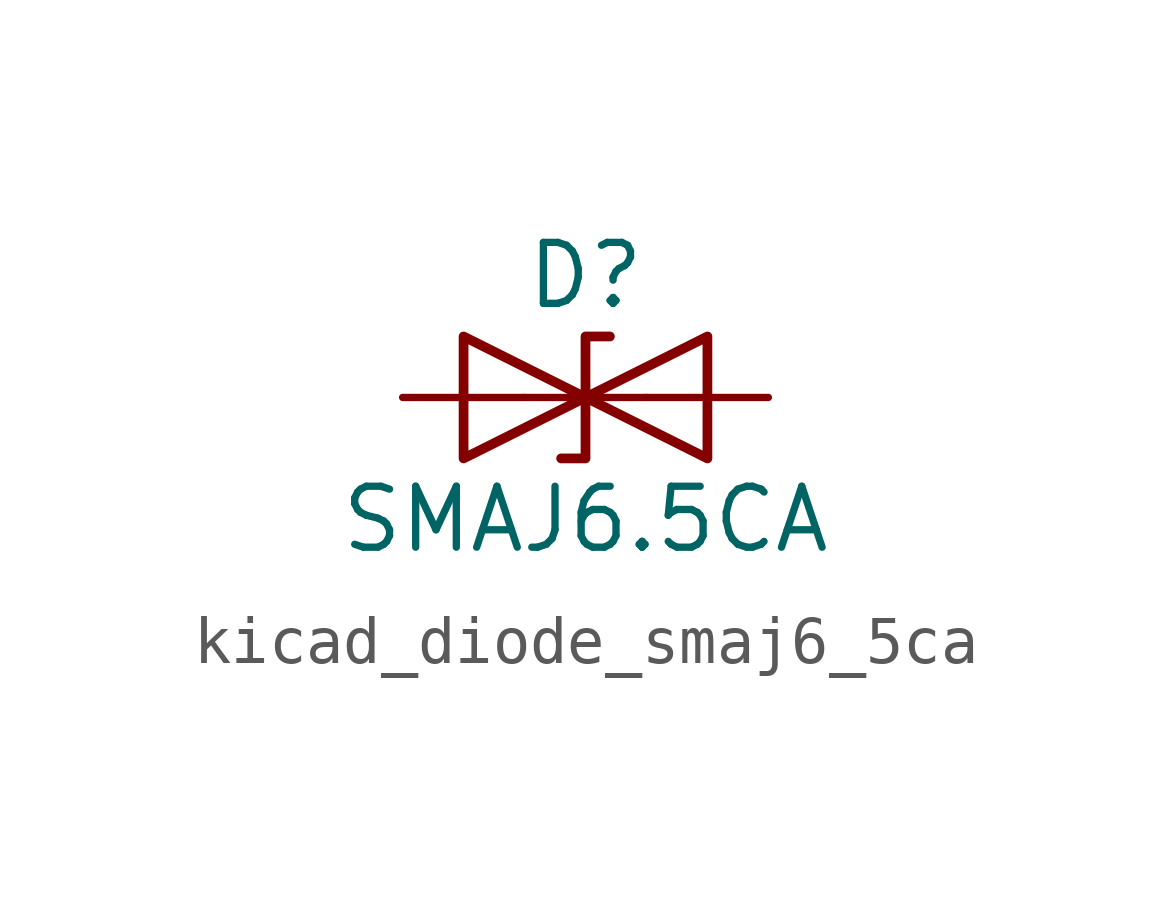
<source format=kicad_sym>
(kicad_symbol_lib
  (version 20220914)
  (generator kicad_symbol_editor)
  (symbol "kicad_diode_smaj6_5ca"
    (pin_numbers hide)
    (pin_names
      (offset 1.016) hide)
    (property "Reference" "D"
      (at 0 2.54 0)
      (effects (font (size 1.27 1.27))))
    (property "Value" "SMAJ6.5CA"
      (at 0 -2.54 0)
      (effects (font (size 1.27 1.27))))
    (symbol "kicad_diode_smaj6_5ca_0_1"
      (polyline (pts (xy 1.27 0) (xy -1.27 0)) (stroke (width 0) (type default)) (fill (type none)))
      (polyline (pts (xy -2.54 -1.27) (xy 0 0) (xy -2.54 1.27) (xy -2.54 -1.27)) (stroke (width 0.203) (type default)) (fill (type none)))
      (polyline (pts (xy 0.508 1.27) (xy 0 1.27) (xy 0 -1.27) (xy -0.508 -1.27)) (stroke (width 0.203) (type default)) (fill (type none)))
      (polyline (pts (xy 2.54 1.27) (xy 2.54 -1.27) (xy 0 0) (xy 2.54 1.27)) (stroke (width 0.203) (type default)) (fill (type none))))
    (symbol "kicad_diode_smaj6_5ca_1_1"
      (pin passive line (at -3.81 0 0) (length 2.54) (name "A1" (effects (font (size 1.27 1.27)))) (number "1" (effects (font (size 1.27 1.27)))))
      (pin passive line (at 3.81 0 180) (length 2.54) (name "A2" (effects (font (size 1.27 1.27)))) (number "2" (effects (font (size 1.27 1.27))))))))
</source>
